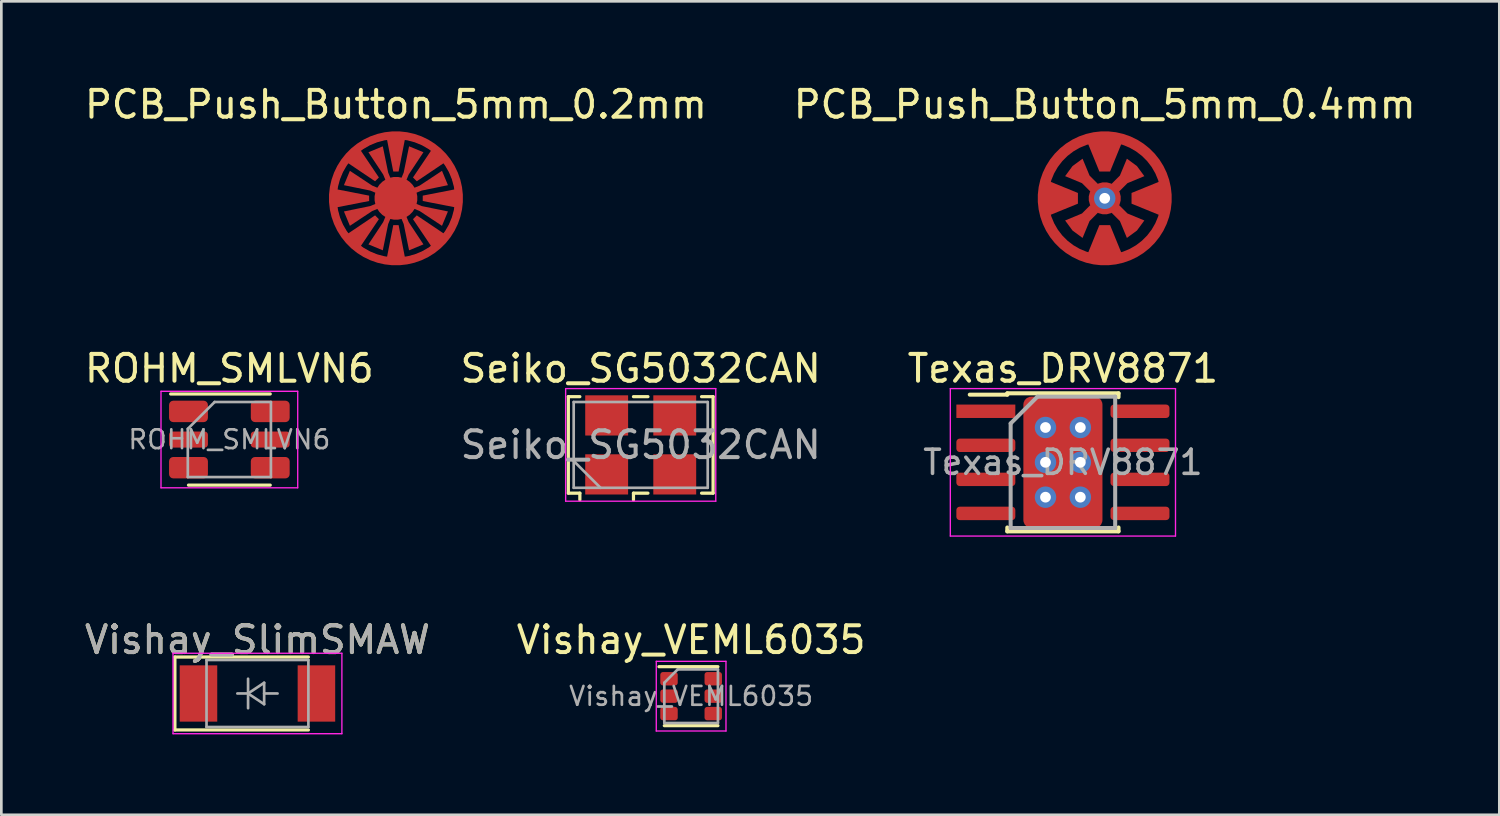
<source format=kicad_pcb>
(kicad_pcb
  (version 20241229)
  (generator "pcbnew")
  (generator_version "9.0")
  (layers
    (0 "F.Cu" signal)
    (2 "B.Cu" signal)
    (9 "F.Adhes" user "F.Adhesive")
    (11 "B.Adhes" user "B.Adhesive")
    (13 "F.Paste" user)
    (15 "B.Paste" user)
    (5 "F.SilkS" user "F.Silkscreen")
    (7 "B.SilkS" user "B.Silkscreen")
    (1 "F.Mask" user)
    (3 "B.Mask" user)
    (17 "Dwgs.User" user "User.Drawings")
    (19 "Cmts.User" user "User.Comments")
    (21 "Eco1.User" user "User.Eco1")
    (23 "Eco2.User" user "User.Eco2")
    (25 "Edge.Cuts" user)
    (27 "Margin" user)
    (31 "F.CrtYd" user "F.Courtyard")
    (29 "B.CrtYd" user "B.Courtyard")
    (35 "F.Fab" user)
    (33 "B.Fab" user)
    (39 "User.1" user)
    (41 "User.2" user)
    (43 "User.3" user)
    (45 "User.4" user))
  (footprint "Vishay_VEML6035"
    (layer "F.Cu")
    (at 22.732 22.92)
    (property "Reference" "Vishay_VEML6035" (at 0 -2.1 0) (layer "F.SilkS") (effects (font (size 1 1) (thickness 0.15))))
    (attr smd)
    (fp_line (start 1 -1.1) (end -1.2 -1.1) (stroke (width 0.12) (type solid)) (layer "F.SilkS"))
    (fp_line (start 1 1.1) (end -1 1.1) (stroke (width 0.12) (type solid)) (layer "F.SilkS"))
    (fp_line (start -1.3 -1.3) (end -1.3 1.3) (stroke (width 0.05) (type solid)) (layer "F.CrtYd"))
    (fp_line (start -1.3 1.3) (end 1.3 1.3) (stroke (width 0.05) (type solid)) (layer "F.CrtYd"))
    (fp_line (start 1.3 -1.3) (end -1.3 -1.3) (stroke (width 0.05) (type solid)) (layer "F.CrtYd"))
    (fp_line (start 1.3 1.3) (end 1.3 -1.3) (stroke (width 0.05) (type solid)) (layer "F.CrtYd"))
    (fp_line (start -1 -0.5) (end -0.5 -1) (stroke (width 0.1) (type solid)) (layer "F.Fab"))
    (fp_line (start -1 1) (end -1 -0.5) (stroke (width 0.1) (type solid)) (layer "F.Fab"))
    (fp_line (start -0.5 -1) (end 1 -1) (stroke (width 0.1) (type solid)) (layer "F.Fab"))
    (fp_line (start 1 -1) (end 1 1) (stroke (width 0.1) (type solid)) (layer "F.Fab"))
    (fp_line (start 1 1) (end -1 1) (stroke (width 0.1) (type solid)) (layer "F.Fab"))
    (fp_text user "${REFERENCE}" (at 0 0 180) (layer "F.Fab") (effects (font (size 0.7 0.7) (thickness 0.1))))
    (pad "1" smd roundrect (at -0.825 -0.65 180) (size 0.65 0.5) (layers "F.Cu" "F.Mask" "F.Paste") (roundrect_rratio 0.2))
    (pad "2" smd roundrect (at -0.825 0 180) (size 0.65 0.5) (layers "F.Cu" "F.Mask" "F.Paste") (roundrect_rratio 0.2))
    (pad "3" smd roundrect (at -0.825 0.65 180) (size 0.65 0.5) (layers "F.Cu" "F.Mask" "F.Paste") (roundrect_rratio 0.2))
    (pad "4" smd roundrect (at 0.825 0.65 180) (size 0.65 0.5) (layers "F.Cu" "F.Mask" "F.Paste") (roundrect_rratio 0.2))
    (pad "5" smd roundrect (at 0.825 0 180) (size 0.65 0.5) (layers "F.Cu" "F.Mask" "F.Paste") (roundrect_rratio 0.2))
    (pad "6" smd roundrect (at 0.825 -0.65 180) (size 0.65 0.5) (layers "F.Cu" "F.Mask" "F.Paste") (roundrect_rratio 0.2)))
  (footprint "Vishay_SlimSMAW"
    (layer "F.Cu")
    (at 6.554 22.82)
    (property "Reference" "Vishay_SlimSMAW" (at 0 -2 0) (layer "F.SilkS") (effects (font (size 1 1) (thickness 0.15))))
    (attr smd)
    (fp_line (start -3.08 -1.36) (end -3.08 1.36) (stroke (width 0.12) (type solid)) (layer "F.SilkS"))
    (fp_line (start -3.08 -1.36) (end 1.9 -1.36) (stroke (width 0.12) (type solid)) (layer "F.SilkS"))
    (fp_line (start -3.08 1.36) (end 1.9 1.36) (stroke (width 0.12) (type solid)) (layer "F.SilkS"))
    (fp_line (start -3.15 -1.5) (end -3.15 1.5) (stroke (width 0.05) (type solid)) (layer "F.CrtYd"))
    (fp_line (start -3.15 -1.5) (end 3.15 -1.5) (stroke (width 0.05) (type solid)) (layer "F.CrtYd"))
    (fp_line (start 3.15 -1.5) (end 3.15 1.5) (stroke (width 0.05) (type solid)) (layer "F.CrtYd"))
    (fp_line (start 3.15 1.5) (end -3.15 1.5) (stroke (width 0.05) (type solid)) (layer "F.CrtYd"))
    (fp_line (start -1.9 -1.25) (end 1.9 -1.25) (stroke (width 0.1) (type solid)) (layer "F.Fab"))
    (fp_line (start -1.9 1.25) (end -1.9 -1.25) (stroke (width 0.1) (type solid)) (layer "F.Fab"))
    (fp_line (start -0.75 0) (end -0.35 0) (stroke (width 0.1) (type solid)) (layer "F.Fab"))
    (fp_line (start -0.35 0) (end -0.35 -0.55) (stroke (width 0.1) (type solid)) (layer "F.Fab"))
    (fp_line (start -0.35 0) (end -0.35 0.55) (stroke (width 0.1) (type solid)) (layer "F.Fab"))
    (fp_line (start -0.35 0) (end 0.25 -0.4) (stroke (width 0.1) (type solid)) (layer "F.Fab"))
    (fp_line (start 0.25 -0.4) (end 0.25 0.4) (stroke (width 0.1) (type solid)) (layer "F.Fab"))
    (fp_line (start 0.25 0) (end 0.75 0) (stroke (width 0.1) (type solid)) (layer "F.Fab"))
    (fp_line (start 0.25 0.4) (end -0.35 0) (stroke (width 0.1) (type solid)) (layer "F.Fab"))
    (fp_line (start 1.9 -1.25) (end 1.9 1.25) (stroke (width 0.1) (type solid)) (layer "F.Fab"))
    (fp_line (start 1.9 1.25) (end -1.9 1.25) (stroke (width 0.1) (type solid)) (layer "F.Fab"))
    (fp_text user "${REFERENCE}" (at 0 -2 0) (layer "F.Fab") (effects (font (size 1 1) (thickness 0.15))))
    (pad "1" smd rect (at -2.2 0) (size 1.4 2.1) (layers "F.Cu" "F.Mask" "F.Paste"))
    (pad "2" smd rect (at 2.2 0) (size 1.4 2.1) (layers "F.Cu" "F.Mask" "F.Paste")))
  (footprint "Texas_DRV8871"
    (layer "F.Cu")
    (at 36.601 14.197)
    (property "Reference" "Texas_DRV8871" (at 0 -3.5 0) (layer "F.SilkS") (effects (font (size 1 1) (thickness 0.15))))
    (attr smd)
    (fp_line (start -2.075 -2.575) (end -2.075 -2.525) (stroke (width 0.15) (type solid)) (layer "F.SilkS"))
    (fp_line (start -2.075 -2.575) (end 2.075 -2.575) (stroke (width 0.15) (type solid)) (layer "F.SilkS"))
    (fp_line (start -2.075 -2.525) (end -3.475 -2.525) (stroke (width 0.15) (type solid)) (layer "F.SilkS"))
    (fp_line (start -2.075 2.575) (end -2.075 2.43) (stroke (width 0.15) (type solid)) (layer "F.SilkS"))
    (fp_line (start -2.075 2.575) (end 2.075 2.575) (stroke (width 0.15) (type solid)) (layer "F.SilkS"))
    (fp_line (start 2.075 -2.575) (end 2.075 -2.43) (stroke (width 0.15) (type solid)) (layer "F.SilkS"))
    (fp_line (start 2.075 2.575) (end 2.075 2.43) (stroke (width 0.15) (type solid)) (layer "F.SilkS"))
    (fp_line (start -4.2 -2.75) (end -4.2 2.75) (stroke (width 0.05) (type solid)) (layer "F.CrtYd"))
    (fp_line (start -4.2 -2.75) (end 4.2 -2.75) (stroke (width 0.05) (type solid)) (layer "F.CrtYd"))
    (fp_line (start -4.2 2.75) (end 4.2 2.75) (stroke (width 0.05) (type solid)) (layer "F.CrtYd"))
    (fp_line (start 4.2 -2.75) (end 4.2 2.75) (stroke (width 0.05) (type solid)) (layer "F.CrtYd"))
    (fp_line (start -1.95 -1.45) (end -0.95 -2.45) (stroke (width 0.15) (type solid)) (layer "F.Fab"))
    (fp_line (start -1.95 2.45) (end -1.95 -1.45) (stroke (width 0.15) (type solid)) (layer "F.Fab"))
    (fp_line (start -0.95 -2.45) (end 1.95 -2.45) (stroke (width 0.15) (type solid)) (layer "F.Fab"))
    (fp_line (start 1.95 -2.45) (end 1.95 2.45) (stroke (width 0.15) (type solid)) (layer "F.Fab"))
    (fp_line (start 1.95 2.45) (end -1.95 2.45) (stroke (width 0.15) (type solid)) (layer "F.Fab"))
    (fp_text user "${REFERENCE}" (at 0 0 0) (layer "F.Fab") (effects (font (size 0.9 0.9) (thickness 0.135))))
    (pad "" smd rect (at 0 0) (size 2.4 3.1) (layers "F.Mask"))
    (pad "" smd rect (at 0 0) (size 2.4 3.1) (layers "F.Paste"))
    (pad "1" smd rect (at -2.875 -1.905) (size 2.2 0.5) (layers "F.Cu" "F.Mask" "F.Paste"))
    (pad "2" smd roundrect (at -2.875 -0.635) (size 2.2 0.5) (layers "F.Cu" "F.Mask" "F.Paste") (roundrect_rratio 0.25))
    (pad "3" smd roundrect (at -2.875 0.635) (size 2.2 0.5) (layers "F.Cu" "F.Mask" "F.Paste") (roundrect_rratio 0.25))
    (pad "4" smd roundrect (at -2.875 1.905) (size 2.2 0.5) (layers "F.Cu" "F.Mask" "F.Paste") (roundrect_rratio 0.25))
    (pad "5" smd roundrect (at 2.875 1.905) (size 2.2 0.5) (layers "F.Cu" "F.Mask" "F.Paste") (roundrect_rratio 0.25))
    (pad "6" smd roundrect (at 2.875 0.635) (size 2.2 0.5) (layers "F.Cu" "F.Mask" "F.Paste") (roundrect_rratio 0.25))
    (pad "7" smd roundrect (at 2.875 -0.635) (size 2.2 0.5) (layers "F.Cu" "F.Mask" "F.Paste") (roundrect_rratio 0.25))
    (pad "8" smd roundrect (at 2.875 -1.905) (size 2.2 0.5) (layers "F.Cu" "F.Mask" "F.Paste") (roundrect_rratio 0.25))
    (pad "9" thru_hole circle (at -0.65 -1.3) (size 0.8 0.8) (drill 0.4) (layers "*.Cu"))
    (pad "9" thru_hole circle (at -0.65 0) (size 0.8 0.8) (drill 0.4) (layers "*.Cu"))
    (pad "9" thru_hole circle (at -0.65 1.3) (size 0.8 0.8) (drill 0.4) (layers "*.Cu"))
    (pad "9" smd roundrect (at 0 0) (size 2.95 4.9) (layers "F.Cu") (roundrect_rratio 0.1))
    (pad "9" thru_hole circle (at 0.65 -1.3) (size 0.8 0.8) (drill 0.4) (layers "*.Cu"))
    (pad "9" thru_hole circle (at 0.65 0) (size 0.8 0.8) (drill 0.4) (layers "*.Cu"))
    (pad "9" thru_hole circle (at 0.65 1.3) (size 0.8 0.8) (drill 0.4) (layers "*.Cu")))
  (footprint "Seiko_SG5032CAN"
    (layer "F.Cu")
    (at 20.851 13.547)
    (property "Reference" "Seiko_SG5032CAN" (at 0 -2.85 0) (layer "F.SilkS") (effects (font (size 1 1) (thickness 0.15))))
    (attr smd)
    (fp_line (start -2.7 -1.8) (end -2.27 -1.8) (stroke (width 0.12) (type solid)) (layer "F.SilkS"))
    (fp_line (start -2.7 1.8) (end -2.7 -1.8) (stroke (width 0.12) (type solid)) (layer "F.SilkS"))
    (fp_line (start -2.27 1.8) (end -2.7 1.8) (stroke (width 0.12) (type solid)) (layer "F.SilkS"))
    (fp_line (start -2.27 2.05) (end -2.27 1.8) (stroke (width 0.12) (type solid)) (layer "F.SilkS"))
    (fp_line (start -0.27 -1.8) (end 0.27 -1.8) (stroke (width 0.12) (type solid)) (layer "F.SilkS"))
    (fp_line (start -0.27 1.8) (end -0.27 2.05) (stroke (width 0.12) (type solid)) (layer "F.SilkS"))
    (fp_line (start 0.27 1.8) (end -0.27 1.8) (stroke (width 0.12) (type solid)) (layer "F.SilkS"))
    (fp_line (start 2.27 -1.8) (end 2.7 -1.8) (stroke (width 0.12) (type solid)) (layer "F.SilkS"))
    (fp_line (start 2.7 -1.8) (end 2.7 1.8) (stroke (width 0.12) (type solid)) (layer "F.SilkS"))
    (fp_line (start 2.7 1.8) (end 2.27 1.8) (stroke (width 0.12) (type solid)) (layer "F.SilkS"))
    (fp_line (start -2.8 -2.1) (end -2.8 2.1) (stroke (width 0.05) (type solid)) (layer "F.CrtYd"))
    (fp_line (start -2.8 2.1) (end 2.8 2.1) (stroke (width 0.05) (type solid)) (layer "F.CrtYd"))
    (fp_line (start 2.8 -2.1) (end -2.8 -2.1) (stroke (width 0.05) (type solid)) (layer "F.CrtYd"))
    (fp_line (start 2.8 2.1) (end 2.8 -2.1) (stroke (width 0.05) (type solid)) (layer "F.CrtYd"))
    (fp_line (start -2.5 -1.6) (end -2.5 1.6) (stroke (width 0.1) (type solid)) (layer "F.Fab"))
    (fp_line (start -2.5 0.6) (end -1.5 1.6) (stroke (width 0.1) (type solid)) (layer "F.Fab"))
    (fp_line (start -2.5 1.6) (end 2.5 1.6) (stroke (width 0.1) (type solid)) (layer "F.Fab"))
    (fp_line (start 2.5 -1.6) (end -2.5 -1.6) (stroke (width 0.1) (type solid)) (layer "F.Fab"))
    (fp_line (start 2.5 1.6) (end 2.5 -1.6) (stroke (width 0.1) (type solid)) (layer "F.Fab"))
    (fp_text user "${REFERENCE}" (at 0 0 0) (layer "F.Fab") (effects (font (size 1 1) (thickness 0.15))))
    (pad "1" smd rect (at -1.27 1.1) (size 1.6 1.5) (layers "F.Cu" "F.Mask" "F.Paste"))
    (pad "2" smd rect (at 1.27 1.1) (size 1.6 1.5) (layers "F.Cu" "F.Mask" "F.Paste"))
    (pad "3" smd rect (at 1.27 -1.1) (size 1.6 1.5) (layers "F.Cu" "F.Mask" "F.Paste"))
    (pad "4" smd rect (at -1.27 -1.1) (size 1.6 1.5) (layers "F.Cu" "F.Mask" "F.Paste")))
  (footprint "ROHM_SMLVN6"
    (layer "F.Cu")
    (at 5.506 13.347)
    (property "Reference" "ROHM_SMLVN6" (at 0 -2.65 0) (layer "F.SilkS") (effects (font (size 1 1) (thickness 0.15))))
    (attr smd)
    (fp_line (start -2.19 -1.7) (end 1.525 -1.7) (stroke (width 0.12) (type solid)) (layer "F.SilkS"))
    (fp_line (start -1.525 1.7) (end 1.525 1.7) (stroke (width 0.12) (type solid)) (layer "F.SilkS"))
    (fp_line (start -2.55 -1.8) (end -2.55 1.8) (stroke (width 0.05) (type solid)) (layer "F.CrtYd"))
    (fp_line (start -2.55 1.8) (end 2.55 1.8) (stroke (width 0.05) (type solid)) (layer "F.CrtYd"))
    (fp_line (start 2.55 -1.8) (end -2.55 -1.8) (stroke (width 0.05) (type solid)) (layer "F.CrtYd"))
    (fp_line (start 2.55 1.8) (end 2.55 -1.8) (stroke (width 0.05) (type solid)) (layer "F.CrtYd"))
    (fp_line (start -1.55 -0.4) (end -0.55 -1.4) (stroke (width 0.1) (type solid)) (layer "F.Fab"))
    (fp_line (start -1.55 1.4) (end -1.55 -0.4) (stroke (width 0.1) (type solid)) (layer "F.Fab"))
    (fp_line (start -0.55 -1.4) (end 1.55 -1.4) (stroke (width 0.1) (type solid)) (layer "F.Fab"))
    (fp_line (start 1.55 -1.4) (end 1.55 1.4) (stroke (width 0.1) (type solid)) (layer "F.Fab"))
    (fp_line (start 1.55 1.4) (end -1.55 1.4) (stroke (width 0.1) (type solid)) (layer "F.Fab"))
    (fp_text user "${REFERENCE}" (at 0 0 0) (layer "F.Fab") (effects (font (size 0.7 0.7) (thickness 0.1))))
    (pad "1" smd roundrect (at -1.525 -1.05) (size 1.45 0.8) (layers "F.Cu" "F.Mask" "F.Paste") (roundrect_rratio 0.2))
    (pad "2" smd roundrect (at -1.525 0) (size 1.45 0.6) (layers "F.Cu" "F.Mask" "F.Paste") (roundrect_rratio 0.2))
    (pad "3" smd roundrect (at -1.525 1.05) (size 1.45 0.8) (layers "F.Cu" "F.Mask" "F.Paste") (roundrect_rratio 0.2))
    (pad "4" smd roundrect (at 1.525 1.05) (size 1.45 0.8) (layers "F.Cu" "F.Mask" "F.Paste") (roundrect_rratio 0.2))
    (pad "5" smd roundrect (at 1.525 0) (size 1.45 0.6) (layers "F.Cu" "F.Mask" "F.Paste") (roundrect_rratio 0.2))
    (pad "6" smd roundrect (at 1.525 -1.05) (size 1.45 0.8) (layers "F.Cu" "F.Mask" "F.Paste") (roundrect_rratio 0.2)))
  (footprint "PCB_Push_Button_5mm_0.2mm"
    (layer "F.Cu")
    (at 11.72 4.348)
    (property "Reference" "PCB_Push_Button_5mm_0.2mm" (at 0 -3.5 0) (layer "F.SilkS") (effects (font (size 1 1) (thickness 0.15))))
    (attr exclude_from_pos_files exclude_from_bom)
    (fp_circle (center 0 0) (end 2.25 0) (stroke (width 0.05) (type solid)) (fill no) (layer "F.Cu"))
    (fp_circle (center 0 0) (end 1 0) (stroke (width 2.6) (type solid)) (fill no) (layer "F.Mask"))
    (pad "1" smd custom (at 0 0) (size 0.6 0.6) (layers "F.Cu") (options (anchor circle)) (primitives (gr_circle (center 0 0) (end 0.8 0) (width 0) (fill yes)) (gr_line (start 0.612 1.478) (end -0.612 -1.478) (width 0.2)) (gr_line (start 1.478 0.612) (end -1.478 -0.612) (width 0.2)) (gr_line (start 1.478 -0.612) (end -1.478 0.612) (width 0.2)) (gr_line (start 0.612 -1.478) (end -0.612 1.478) (width 0.2)) (gr_poly (pts (xy 0.29 0.962) (xy 0.475 0.886) (xy 1.026 1.718) (xy 0.49 1.94)) (width 0) (fill yes)) (gr_poly (pts (xy 0.886 0.475) (xy 0.962 0.29) (xy 1.94 0.49) (xy 1.718 1.026)) (width 0) (fill yes)) (gr_poly (pts (xy 0.962 -0.29) (xy 0.886 -0.475) (xy 1.718 -1.026) (xy 1.94 -0.49)) (width 0) (fill yes)) (gr_poly (pts (xy 0.475 -0.886) (xy 0.29 -0.962) (xy 0.49 -1.94) (xy 1.026 -1.718)) (width 0) (fill yes)) (gr_poly (pts (xy -0.29 -0.962) (xy -0.475 -0.886) (xy -1.026 -1.718) (xy -0.49 -1.94)) (width 0) (fill yes)) (gr_poly (pts (xy -0.886 -0.475) (xy -0.962 -0.29) (xy -1.94 -0.49) (xy -1.718 -1.026)) (width 0) (fill yes)) (gr_poly (pts (xy -0.962 0.29) (xy -0.886 0.475) (xy -1.718 1.026) (xy -1.94 0.49)) (width 0) (fill yes)) (gr_poly (pts (xy -0.475 0.886) (xy -0.29 0.962) (xy -0.49 1.94) (xy -1.026 1.718)) (width 0) (fill yes))))
    (pad "2" smd custom (at 0 -2.2) (size 0.6 0.6) (layers "F.Cu") (options (anchor circle)) (primitives (gr_circle (center 0 2.2) (end 2.35 2.2) (width 0.3) (fill no)) (gr_poly (pts (xy -0.1 1.2) (xy 0.1 1.2) (xy 0.36 -0.13) (xy -0.36 -0.13)) (width 0) (fill yes)) (gr_poly (pts (xy 0.636 1.422) (xy 0.778 1.564) (xy 1.902 0.807) (xy 1.393 0.298)) (width 0) (fill yes)) (gr_poly (pts (xy 1 2.1) (xy 1 2.3) (xy 2.33 2.56) (xy 2.33 1.84)) (width 0) (fill yes)) (gr_poly (pts (xy 0.778 2.836) (xy 0.636 2.978) (xy 1.393 4.102) (xy 1.902 3.593)) (width 0) (fill yes)) (gr_poly (pts (xy 0.1 3.2) (xy -0.1 3.2) (xy -0.36 4.53) (xy 0.36 4.53)) (width 0) (fill yes)) (gr_poly (pts (xy -0.636 2.978) (xy -0.778 2.836) (xy -1.902 3.593) (xy -1.393 4.102)) (width 0) (fill yes)) (gr_poly (pts (xy -1 2.3) (xy -1 2.1) (xy -2.33 1.84) (xy -2.33 2.56)) (width 0) (fill yes)) (gr_poly (pts (xy -0.778 1.564) (xy -0.636 1.422) (xy -1.393 0.298) (xy -1.902 0.807)) (width 0) (fill yes)))))
  (footprint "PCB_Push_Button_5mm_0.4mm"
    (layer "F.Cu")
    (at 38.161 4.348)
    (property "Reference" "PCB_Push_Button_5mm_0.4mm" (at 0 -3.5 0) (layer "F.SilkS") (effects (font (size 1 1) (thickness 0.15))))
    (attr exclude_from_pos_files exclude_from_bom)
    (fp_circle (center 0 0) (end 2.2 0) (stroke (width 0.1) (type solid)) (fill no) (layer "F.Cu"))
    (fp_circle (center 0 0) (end 1 0) (stroke (width 2.6) (type solid)) (fill no) (layer "F.Mask"))
    (pad "1" smd custom (at 0 0) (size 0.6 0.6) (layers "F.Cu") (options (anchor circle)) (primitives (gr_circle (center 0 0) (end 0.6 0) (width 0) (fill yes)) (gr_line (start -1 1) (end 1 -1) (width 0.4)) (gr_line (start -1 -1) (end 1 1) (width 0.4)) (gr_poly (pts (xy -0.849 -0.566) (xy -0.566 -0.849) (xy -0.827 -1.478) (xy -1.202 -1.202) (xy -1.478 -0.827)) (width 0) (fill yes)) (gr_poly (pts (xy 0.566 -0.849) (xy 0.849 -0.566) (xy 1.478 -0.827) (xy 1.202 -1.202) (xy 0.827 -1.478)) (width 0) (fill yes)) (gr_poly (pts (xy 0.849 0.566) (xy 0.566 0.849) (xy 0.827 1.478) (xy 1.202 1.202) (xy 1.478 0.827)) (width 0) (fill yes)) (gr_poly (pts (xy -0.566 0.849) (xy -0.849 0.566) (xy -1.478 0.827) (xy -1.202 1.202) (xy -0.827 1.478)) (width 0) (fill yes))))
    (pad "1" thru_hole circle (at 0 0) (size 0.8 0.8) (drill 0.4) (layers "*.Cu"))
    (pad "2" smd custom (at 0 -2) (size 0.8 0.8) (layers "F.Cu") (options (anchor circle)) (primitives (gr_circle (center 0 2) (end 2.3 2) (width 0.4) (fill no)) (gr_poly (pts (xy -0.2 1) (xy 0.2 1) (xy 0.73 -0.3) (xy -0.73 -0.3)) (width 0) (fill yes)) (gr_poly (pts (xy 1 1.8) (xy 1 2.2) (xy 2.3 2.73) (xy 2.3 1.27)) (width 0) (fill yes)) (gr_poly (pts (xy -0.2 3) (xy 0.2 3) (xy 0.73 4.3) (xy -0.73 4.3)) (width 0) (fill yes)) (gr_poly (pts (xy -1 2.2) (xy -1 1.8) (xy -2.3 1.27) (xy -2.3 2.73)) (width 0) (fill yes)))))
  (gr_rect
    (start -3 -3)
    (end 52.881 27.345)
    (stroke (width 0.1) (type default))
    (fill no)
    (layer "Edge.Cuts")))
</source>
